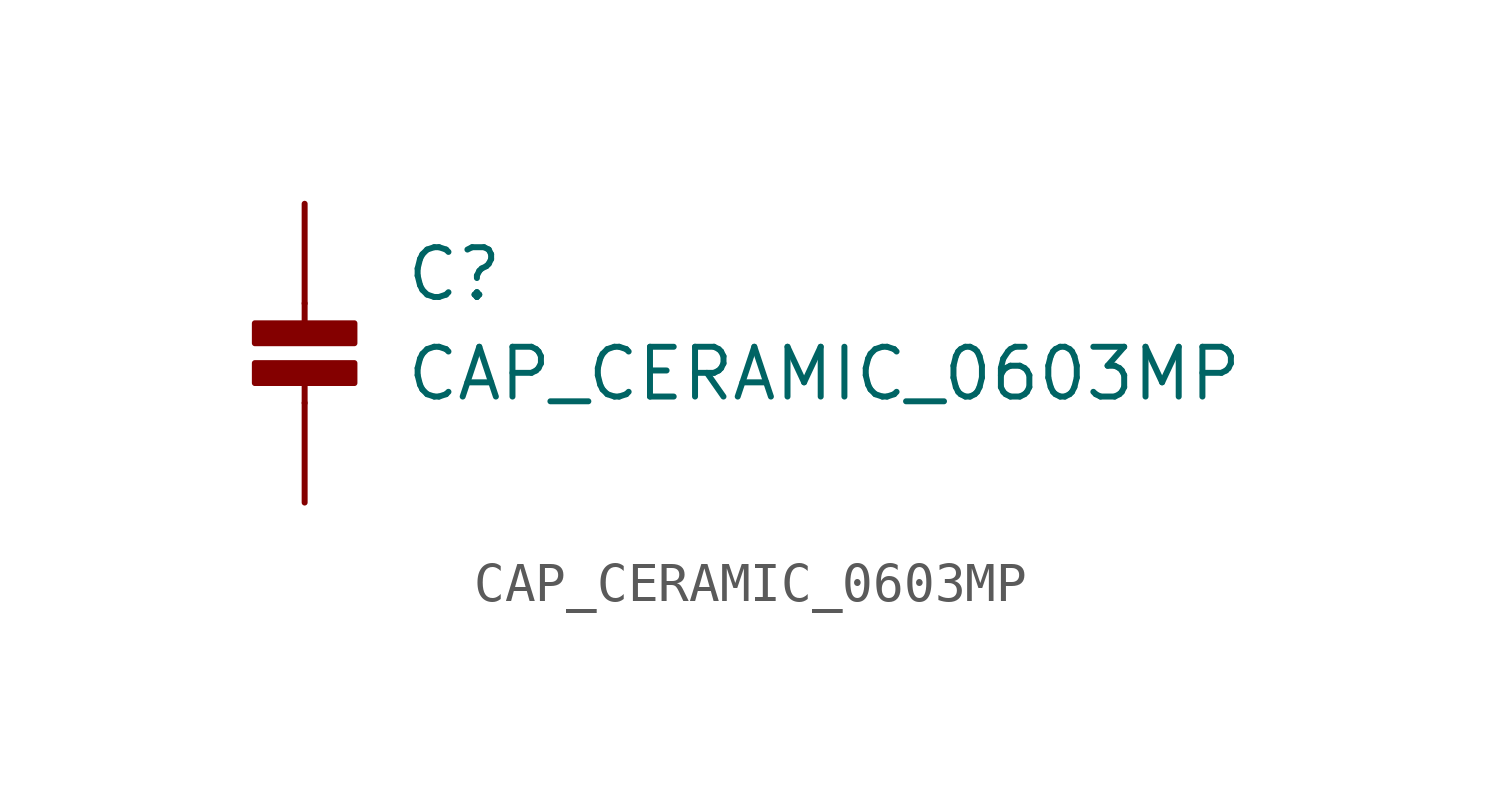
<source format=kicad_sym>
(kicad_symbol_lib
  (version 20211014)
  (generator kicad_symbol_editor)
  (symbol "CAP_CERAMIC_0603MP"
    (property "Reference" "C"
      (at 2.54 2.54 0)
      (effects (font (size 1.27 1.27)) (justify left bottom)))
    (property "Value" "CAP_CERAMIC_0603MP"
      (at 2.54 0 0)
      (effects (font (size 1.27 1.27)) (justify left bottom)))
    (property "ki_locked" ""
      (at 0 0 0)
      (effects (font (size 1.27 1.27))))
    (symbol "CAP_CERAMIC_0603MP_1_0"
      (rectangle (start -1.27 0.508) (end 1.27 1.016) (stroke (width 0) (type default) (color 0 0 0 0)) (fill (type outline)))
      (rectangle (start -1.27 1.524) (end 1.27 2.032) (stroke (width 0) (type default) (color 0 0 0 0)) (fill (type outline)))
      (polyline (pts (xy 0 0.762) (xy 0 0)) (stroke (width 0.152) (type default) (color 0 0 0 0)) (fill (type none)))
      (polyline (pts (xy 0 2.54) (xy 0 1.778)) (stroke (width 0.152) (type default) (color 0 0 0 0)) (fill (type none)))
      (pin passive line (at 0 5.08 270) (length 2.54) (name "P$1" (effects (font (size 0 0)))) (number "1" (effects (font (size 0 0)))))
      (pin passive line (at 0 -2.54 90) (length 2.54) (name "P$2" (effects (font (size 0 0)))) (number "2" (effects (font (size 0 0))))))))
</source>
